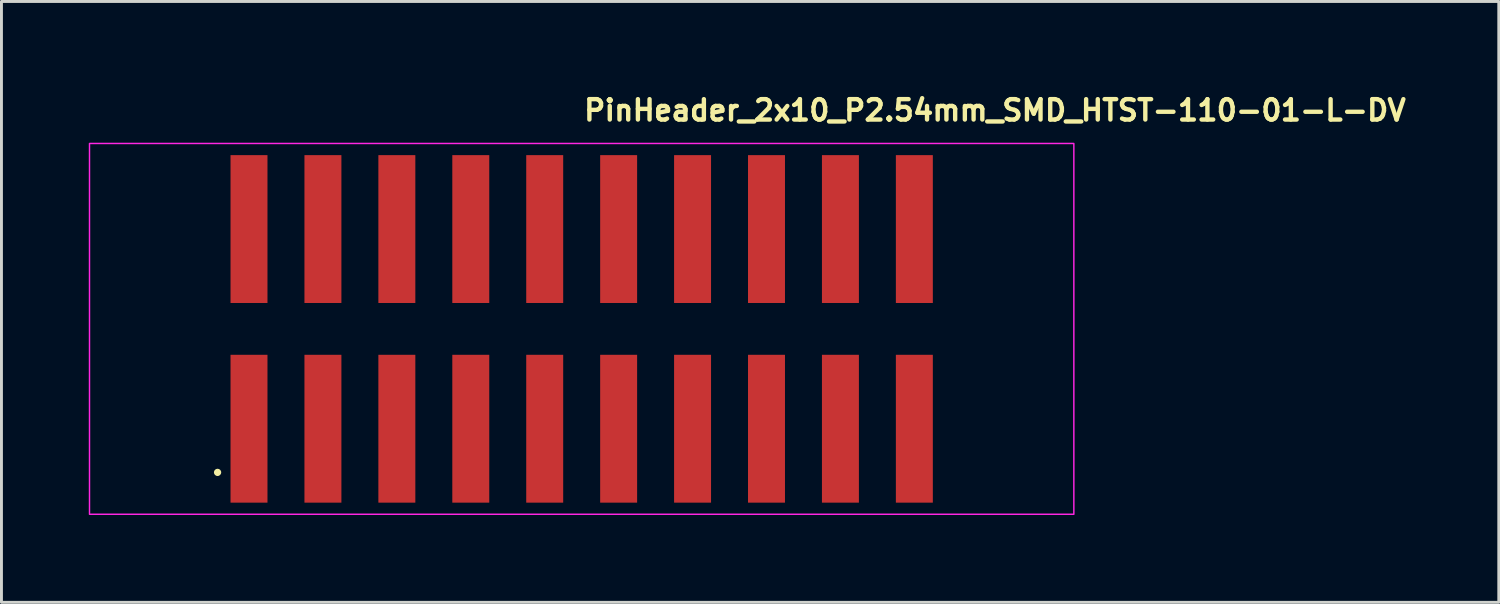
<source format=kicad_pcb>
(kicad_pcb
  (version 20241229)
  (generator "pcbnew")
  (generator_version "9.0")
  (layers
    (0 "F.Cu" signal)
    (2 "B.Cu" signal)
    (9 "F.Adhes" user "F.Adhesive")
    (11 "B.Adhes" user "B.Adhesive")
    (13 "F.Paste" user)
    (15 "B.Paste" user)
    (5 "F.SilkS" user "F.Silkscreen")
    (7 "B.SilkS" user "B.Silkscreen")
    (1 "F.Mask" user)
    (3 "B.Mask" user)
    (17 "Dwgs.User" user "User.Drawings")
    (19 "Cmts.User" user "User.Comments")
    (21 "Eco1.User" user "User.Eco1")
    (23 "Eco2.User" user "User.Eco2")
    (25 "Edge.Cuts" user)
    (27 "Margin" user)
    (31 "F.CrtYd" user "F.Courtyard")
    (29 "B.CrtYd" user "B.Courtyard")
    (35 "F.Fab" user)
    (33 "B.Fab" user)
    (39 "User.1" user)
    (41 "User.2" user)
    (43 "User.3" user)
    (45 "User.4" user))
  (footprint "PinHeader_2x10_P2.54mm_SMD_HTST-110-01-L-DV"
    (layer "F.Cu")
    (at 16.935 8.25)
    (property "Reference" "PinHeader_2x10_P2.54mm_SMD_HTST-110-01-L-DV" (at 0 -7.1 0) (unlocked yes) (layer "F.SilkS") (effects (font (size 0.7 0.7) (thickness 0.15)) (justify left bottom)))
    (attr smd)
    (fp_poly (pts (xy -12.116 -0.838) (xy -12.116 -6.02) (xy -10.744 -6.02) (xy -10.744 -0.838)) (stroke (width 0) (type solid)) (fill yes) (layer "F.Mask"))
    (fp_poly (pts (xy -12.116 6.02) (xy -12.116 0.838) (xy -10.744 0.838) (xy -10.744 6.02)) (stroke (width 0) (type solid)) (fill yes) (layer "F.Mask"))
    (fp_poly (pts (xy -9.576 -0.838) (xy -9.576 -6.02) (xy -8.204 -6.02) (xy -8.204 -0.838)) (stroke (width 0) (type solid)) (fill yes) (layer "F.Mask"))
    (fp_poly (pts (xy -9.576 6.02) (xy -9.576 0.838) (xy -8.204 0.838) (xy -8.204 6.02)) (stroke (width 0) (type solid)) (fill yes) (layer "F.Mask"))
    (fp_poly (pts (xy -7.036 -0.838) (xy -7.036 -6.02) (xy -5.664 -6.02) (xy -5.664 -0.838)) (stroke (width 0) (type solid)) (fill yes) (layer "F.Mask"))
    (fp_poly (pts (xy -7.036 6.02) (xy -7.036 0.838) (xy -5.664 0.838) (xy -5.664 6.02)) (stroke (width 0) (type solid)) (fill yes) (layer "F.Mask"))
    (fp_poly (pts (xy -4.496 -0.838) (xy -4.496 -6.02) (xy -3.124 -6.02) (xy -3.124 -0.838)) (stroke (width 0) (type solid)) (fill yes) (layer "F.Mask"))
    (fp_poly (pts (xy -4.496 6.02) (xy -4.496 0.838) (xy -3.124 0.838) (xy -3.124 6.02)) (stroke (width 0) (type solid)) (fill yes) (layer "F.Mask"))
    (fp_poly (pts (xy -1.956 -0.838) (xy -1.956 -6.02) (xy -0.584 -6.02) (xy -0.584 -0.838)) (stroke (width 0) (type solid)) (fill yes) (layer "F.Mask"))
    (fp_poly (pts (xy -1.956 6.02) (xy -1.956 0.838) (xy -0.584 0.838) (xy -0.584 6.02)) (stroke (width 0) (type solid)) (fill yes) (layer "F.Mask"))
    (fp_poly (pts (xy 0.584 -0.838) (xy 0.584 -6.02) (xy 1.956 -6.02) (xy 1.956 -0.838)) (stroke (width 0) (type solid)) (fill yes) (layer "F.Mask"))
    (fp_poly (pts (xy 0.584 6.02) (xy 0.584 0.838) (xy 1.956 0.838) (xy 1.956 6.02)) (stroke (width 0) (type solid)) (fill yes) (layer "F.Mask"))
    (fp_poly (pts (xy 3.124 -0.838) (xy 3.124 -6.02) (xy 4.496 -6.02) (xy 4.496 -0.838)) (stroke (width 0) (type solid)) (fill yes) (layer "F.Mask"))
    (fp_poly (pts (xy 3.124 6.02) (xy 3.124 0.838) (xy 4.496 0.838) (xy 4.496 6.02)) (stroke (width 0) (type solid)) (fill yes) (layer "F.Mask"))
    (fp_poly (pts (xy 5.664 -0.838) (xy 5.664 -6.02) (xy 7.036 -6.02) (xy 7.036 -0.838)) (stroke (width 0) (type solid)) (fill yes) (layer "F.Mask"))
    (fp_poly (pts (xy 5.664 6.02) (xy 5.664 0.838) (xy 7.036 0.838) (xy 7.036 6.02)) (stroke (width 0) (type solid)) (fill yes) (layer "F.Mask"))
    (fp_poly (pts (xy 8.204 -0.838) (xy 8.204 -6.02) (xy 9.576 -6.02) (xy 9.576 -0.838)) (stroke (width 0) (type solid)) (fill yes) (layer "F.Mask"))
    (fp_poly (pts (xy 8.204 6.02) (xy 8.204 0.838) (xy 9.576 0.838) (xy 9.576 6.02)) (stroke (width 0) (type solid)) (fill yes) (layer "F.Mask"))
    (fp_poly (pts (xy 10.744 -0.838) (xy 10.744 -6.02) (xy 12.116 -6.02) (xy 12.116 -0.838)) (stroke (width 0) (type solid)) (fill yes) (layer "F.Mask"))
    (fp_poly (pts (xy 10.744 6.02) (xy 10.744 0.838) (xy 12.116 0.838) (xy 12.116 6.02)) (stroke (width 0) (type solid)) (fill yes) (layer "F.Mask"))
    (fp_circle (center -12.51 4.93) (end -12.46 4.93) (stroke (width 0.15) (type solid)) (fill yes) (layer "F.SilkS"))
    (fp_poly (pts (xy -12.065 -0.889) (xy -12.065 -5.969) (xy -10.795 -5.969) (xy -10.795 -0.889)) (stroke (width 0) (type solid)) (fill yes) (layer "F.Paste"))
    (fp_poly (pts (xy -12.065 5.969) (xy -12.065 0.889) (xy -10.795 0.889) (xy -10.795 5.969)) (stroke (width 0) (type solid)) (fill yes) (layer "F.Paste"))
    (fp_poly (pts (xy -9.525 -0.889) (xy -9.525 -5.969) (xy -8.255 -5.969) (xy -8.255 -0.889)) (stroke (width 0) (type solid)) (fill yes) (layer "F.Paste"))
    (fp_poly (pts (xy -9.525 5.969) (xy -9.525 0.889) (xy -8.255 0.889) (xy -8.255 5.969)) (stroke (width 0) (type solid)) (fill yes) (layer "F.Paste"))
    (fp_poly (pts (xy -6.985 -0.889) (xy -6.985 -5.969) (xy -5.715 -5.969) (xy -5.715 -0.889)) (stroke (width 0) (type solid)) (fill yes) (layer "F.Paste"))
    (fp_poly (pts (xy -6.985 5.969) (xy -6.985 0.889) (xy -5.715 0.889) (xy -5.715 5.969)) (stroke (width 0) (type solid)) (fill yes) (layer "F.Paste"))
    (fp_poly (pts (xy -4.445 -0.889) (xy -4.445 -5.969) (xy -3.175 -5.969) (xy -3.175 -0.889)) (stroke (width 0) (type solid)) (fill yes) (layer "F.Paste"))
    (fp_poly (pts (xy -4.445 5.969) (xy -4.445 0.889) (xy -3.175 0.889) (xy -3.175 5.969)) (stroke (width 0) (type solid)) (fill yes) (layer "F.Paste"))
    (fp_poly (pts (xy -1.905 -0.889) (xy -1.905 -5.969) (xy -0.635 -5.969) (xy -0.635 -0.889)) (stroke (width 0) (type solid)) (fill yes) (layer "F.Paste"))
    (fp_poly (pts (xy -1.905 5.969) (xy -1.905 0.889) (xy -0.635 0.889) (xy -0.635 5.969)) (stroke (width 0) (type solid)) (fill yes) (layer "F.Paste"))
    (fp_poly (pts (xy 0.635 -0.889) (xy 0.635 -5.969) (xy 1.905 -5.969) (xy 1.905 -0.889)) (stroke (width 0) (type solid)) (fill yes) (layer "F.Paste"))
    (fp_poly (pts (xy 0.635 5.969) (xy 0.635 0.889) (xy 1.905 0.889) (xy 1.905 5.969)) (stroke (width 0) (type solid)) (fill yes) (layer "F.Paste"))
    (fp_poly (pts (xy 3.175 -0.889) (xy 3.175 -5.969) (xy 4.445 -5.969) (xy 4.445 -0.889)) (stroke (width 0) (type solid)) (fill yes) (layer "F.Paste"))
    (fp_poly (pts (xy 3.175 5.969) (xy 3.175 0.889) (xy 4.445 0.889) (xy 4.445 5.969)) (stroke (width 0) (type solid)) (fill yes) (layer "F.Paste"))
    (fp_poly (pts (xy 5.715 -0.889) (xy 5.715 -5.969) (xy 6.985 -5.969) (xy 6.985 -0.889)) (stroke (width 0) (type solid)) (fill yes) (layer "F.Paste"))
    (fp_poly (pts (xy 5.715 5.969) (xy 5.715 0.889) (xy 6.985 0.889) (xy 6.985 5.969)) (stroke (width 0) (type solid)) (fill yes) (layer "F.Paste"))
    (fp_poly (pts (xy 8.255 -0.889) (xy 8.255 -5.969) (xy 9.525 -5.969) (xy 9.525 -0.889)) (stroke (width 0) (type solid)) (fill yes) (layer "F.Paste"))
    (fp_poly (pts (xy 8.255 5.969) (xy 8.255 0.889) (xy 9.525 0.889) (xy 9.525 5.969)) (stroke (width 0) (type solid)) (fill yes) (layer "F.Paste"))
    (fp_poly (pts (xy 10.795 -0.889) (xy 10.795 -5.969) (xy 12.065 -5.969) (xy 12.065 -0.889)) (stroke (width 0) (type solid)) (fill yes) (layer "F.Paste"))
    (fp_poly (pts (xy 10.795 5.969) (xy 10.795 0.889) (xy 12.065 0.889) (xy 12.065 5.969)) (stroke (width 0) (type solid)) (fill yes) (layer "F.Paste"))
    (fp_rect (start -16.91 -6.37) (end 16.91 6.37) (stroke (width 0.05) (type solid)) (fill no) (layer "F.CrtYd"))
    (fp_rect (start -16.51 -5.588) (end 16.51 5.588) (stroke (width 0.1) (type solid)) (fill no) (layer "User.5"))
    (fp_line (start -16.51 -4.826) (end -16.51 4.445) (stroke (width 0.02) (type solid)) (layer "User.9"))
    (fp_line (start -15.685 -3.62) (end -15.685 3.62) (stroke (width 0.02) (type solid)) (layer "User.9"))
    (fp_line (start -15.685 -3.62) (end -15.24 -3.175) (stroke (width 0.02) (type solid)) (layer "User.9"))
    (fp_line (start -15.685 3.62) (end -15.24 3.175) (stroke (width 0.02) (type solid)) (layer "User.9"))
    (fp_line (start -15.685 3.62) (end -2.54 3.62) (stroke (width 0.02) (type solid)) (layer "User.9"))
    (fp_line (start -15.24 -4.826) (end -16.51 -4.826) (stroke (width 0.02) (type solid)) (layer "User.9"))
    (fp_line (start -15.24 -4.445) (end -15.24 -4.826) (stroke (width 0.02) (type solid)) (layer "User.9"))
    (fp_line (start -15.24 -3.175) (end -15.24 3.175) (stroke (width 0.02) (type solid)) (layer "User.9"))
    (fp_line (start -15.24 3.175) (end -2.54 3.175) (stroke (width 0.02) (type solid)) (layer "User.9"))
    (fp_line (start -12.065 4.191) (end -12.065 4.445) (stroke (width 0.02) (type solid)) (layer "User.9"))
    (fp_line (start -12.065 4.191) (end -12.065 4.445) (stroke (width 0.02) (type solid)) (layer "User.9"))
    (fp_line (start -12.065 4.445) (end -16.51 4.445) (stroke (width 0.02) (type solid)) (layer "User.9"))
    (fp_line (start -12.04 4.445) (end -12.065 4.445) (stroke (width 0.02) (type solid)) (layer "User.9"))
    (fp_line (start -12.04 4.445) (end -12.04 4.216) (stroke (width 0.02) (type solid)) (layer "User.9"))
    (fp_line (start -11.748 -5.588) (end -11.748 -5.429) (stroke (width 0.02) (type solid)) (layer "User.9"))
    (fp_line (start -11.748 -5.429) (end -11.748 -4.445) (stroke (width 0.02) (type solid)) (layer "User.9"))
    (fp_line (start -11.748 -1.587) (end -11.748 -1.429) (stroke (width 0.02) (type solid)) (layer "User.9"))
    (fp_line (start -11.748 -1.429) (end -11.748 -1.111) (stroke (width 0.02) (type solid)) (layer "User.9"))
    (fp_line (start -11.748 -1.111) (end -11.748 -0.952) (stroke (width 0.02) (type solid)) (layer "User.9"))
    (fp_line (start -11.748 0.952) (end -11.748 1.111) (stroke (width 0.02) (type solid)) (layer "User.9"))
    (fp_line (start -11.748 1.111) (end -11.748 1.429) (stroke (width 0.02) (type solid)) (layer "User.9"))
    (fp_line (start -11.748 1.429) (end -11.748 1.587) (stroke (width 0.02) (type solid)) (layer "User.9"))
    (fp_line (start -11.748 4.445) (end -11.748 5.429) (stroke (width 0.02) (type solid)) (layer "User.9"))
    (fp_line (start -11.748 5.429) (end -11.748 5.588) (stroke (width 0.02) (type solid)) (layer "User.9"))
    (fp_line (start -11.43 4.445) (end -12.04 4.445) (stroke (width 0.02) (type solid)) (layer "User.9"))
    (fp_line (start -11.43 4.445) (end -11.43 4.216) (stroke (width 0.02) (type solid)) (layer "User.9"))
    (fp_line (start -11.112 -5.588) (end -11.748 -5.588) (stroke (width 0.02) (type solid)) (layer "User.9"))
    (fp_line (start -11.112 -5.588) (end -11.112 -5.429) (stroke (width 0.02) (type solid)) (layer "User.9"))
    (fp_line (start -11.112 -5.429) (end -11.748 -5.429) (stroke (width 0.02) (type solid)) (layer "User.9"))
    (fp_line (start -11.112 -5.429) (end -11.112 -4.445) (stroke (width 0.02) (type solid)) (layer "User.9"))
    (fp_line (start -11.112 -1.587) (end -11.748 -1.587) (stroke (width 0.02) (type solid)) (layer "User.9"))
    (fp_line (start -11.112 -1.587) (end -11.112 -1.429) (stroke (width 0.02) (type solid)) (layer "User.9"))
    (fp_line (start -11.112 -1.429) (end -11.748 -1.429) (stroke (width 0.02) (type solid)) (layer "User.9"))
    (fp_line (start -11.112 -1.429) (end -11.112 -1.111) (stroke (width 0.02) (type solid)) (layer "User.9"))
    (fp_line (start -11.112 -1.111) (end -11.748 -1.111) (stroke (width 0.02) (type solid)) (layer "User.9"))
    (fp_line (start -11.112 -1.111) (end -11.112 -0.952) (stroke (width 0.02) (type solid)) (layer "User.9"))
    (fp_line (start -11.112 -0.952) (end -11.748 -0.952) (stroke (width 0.02) (type solid)) (layer "User.9"))
    (fp_line (start -11.112 0.952) (end -11.748 0.952) (stroke (width 0.02) (type solid)) (layer "User.9"))
    (fp_line (start -11.112 0.952) (end -11.112 1.111) (stroke (width 0.02) (type solid)) (layer "User.9"))
    (fp_line (start -11.112 1.111) (end -11.748 1.111) (stroke (width 0.02) (type solid)) (layer "User.9"))
    (fp_line (start -11.112 1.111) (end -11.112 1.429) (stroke (width 0.02) (type solid)) (layer "User.9"))
    (fp_line (start -11.112 1.429) (end -11.748 1.429) (stroke (width 0.02) (type solid)) (layer "User.9"))
    (fp_line (start -11.112 1.429) (end -11.112 1.587) (stroke (width 0.02) (type solid)) (layer "User.9"))
    (fp_line (start -11.112 1.587) (end -11.748 1.587) (stroke (width 0.02) (type solid)) (layer "User.9"))
    (fp_line (start -11.112 4.445) (end -11.112 5.429) (stroke (width 0.02) (type solid)) (layer "User.9"))
    (fp_line (start -11.112 5.429) (end -11.748 5.429) (stroke (width 0.02) (type solid)) (layer "User.9"))
    (fp_line (start -11.112 5.429) (end -11.112 5.588) (stroke (width 0.02) (type solid)) (layer "User.9"))
    (fp_line (start -11.112 5.588) (end -11.748 5.588) (stroke (width 0.02) (type solid)) (layer "User.9"))
    (fp_line (start -10.82 4.216) (end -12.04 4.216) (stroke (width 0.02) (type solid)) (layer "User.9"))
    (fp_line (start -10.82 4.445) (end -11.43 4.445) (stroke (width 0.02) (type solid)) (layer "User.9"))
    (fp_line (start -10.82 4.445) (end -10.82 4.216) (stroke (width 0.02) (type solid)) (layer "User.9"))
    (fp_line (start -10.795 4.191) (end -12.065 4.191) (stroke (width 0.02) (type solid)) (layer "User.9"))
    (fp_line (start -10.795 4.191) (end -12.065 4.191) (stroke (width 0.02) (type solid)) (layer "User.9"))
    (fp_line (start -10.795 4.191) (end -10.795 4.445) (stroke (width 0.02) (type solid)) (layer "User.9"))
    (fp_line (start -10.795 4.191) (end -10.795 4.445) (stroke (width 0.02) (type solid)) (layer "User.9"))
    (fp_line (start -10.795 4.445) (end -10.82 4.445) (stroke (width 0.02) (type solid)) (layer "User.9"))
    (fp_line (start -9.208 -5.429) (end -9.208 -5.588) (stroke (width 0.02) (type solid)) (layer "User.9"))
    (fp_line (start -9.208 -4.445) (end -9.208 -5.429) (stroke (width 0.02) (type solid)) (layer "User.9"))
    (fp_line (start -9.208 -1.429) (end -9.208 -1.587) (stroke (width 0.02) (type solid)) (layer "User.9"))
    (fp_line (start -9.208 -1.111) (end -9.208 -1.429) (stroke (width 0.02) (type solid)) (layer "User.9"))
    (fp_line (start -9.208 -0.952) (end -9.208 -1.111) (stroke (width 0.02) (type solid)) (layer "User.9"))
    (fp_line (start -9.208 1.111) (end -9.208 0.952) (stroke (width 0.02) (type solid)) (layer "User.9"))
    (fp_line (start -9.208 1.429) (end -9.208 1.111) (stroke (width 0.02) (type solid)) (layer "User.9"))
    (fp_line (start -9.208 1.587) (end -9.208 1.429) (stroke (width 0.02) (type solid)) (layer "User.9"))
    (fp_line (start -9.208 5.429) (end -9.208 4.445) (stroke (width 0.02) (type solid)) (layer "User.9"))
    (fp_line (start -9.208 5.588) (end -9.208 5.429) (stroke (width 0.02) (type solid)) (layer "User.9"))
    (fp_line (start -8.572 -5.588) (end -9.208 -5.588) (stroke (width 0.02) (type solid)) (layer "User.9"))
    (fp_line (start -8.572 -5.588) (end -8.572 -5.429) (stroke (width 0.02) (type solid)) (layer "User.9"))
    (fp_line (start -8.572 -5.429) (end -9.208 -5.429) (stroke (width 0.02) (type solid)) (layer "User.9"))
    (fp_line (start -8.572 -5.429) (end -8.572 -4.445) (stroke (width 0.02) (type solid)) (layer "User.9"))
    (fp_line (start -8.572 -1.587) (end -9.208 -1.587) (stroke (width 0.02) (type solid)) (layer "User.9"))
    (fp_line (start -8.572 -1.587) (end -8.572 -1.429) (stroke (width 0.02) (type solid)) (layer "User.9"))
    (fp_line (start -8.572 -1.429) (end -9.208 -1.429) (stroke (width 0.02) (type solid)) (layer "User.9"))
    (fp_line (start -8.572 -1.429) (end -8.572 -1.111) (stroke (width 0.02) (type solid)) (layer "User.9"))
    (fp_line (start -8.572 -1.111) (end -9.208 -1.111) (stroke (width 0.02) (type solid)) (layer "User.9"))
    (fp_line (start -8.572 -1.111) (end -8.572 -0.952) (stroke (width 0.02) (type solid)) (layer "User.9"))
    (fp_line (start -8.572 -0.952) (end -9.208 -0.952) (stroke (width 0.02) (type solid)) (layer "User.9"))
    (fp_line (start -8.572 0.952) (end -9.208 0.952) (stroke (width 0.02) (type solid)) (layer "User.9"))
    (fp_line (start -8.572 0.952) (end -8.572 1.111) (stroke (width 0.02) (type solid)) (layer "User.9"))
    (fp_line (start -8.572 1.111) (end -9.208 1.111) (stroke (width 0.02) (type solid)) (layer "User.9"))
    (fp_line (start -8.572 1.111) (end -8.572 1.429) (stroke (width 0.02) (type solid)) (layer "User.9"))
    (fp_line (start -8.572 1.429) (end -9.208 1.429) (stroke (width 0.02) (type solid)) (layer "User.9"))
    (fp_line (start -8.572 1.429) (end -8.572 1.587) (stroke (width 0.02) (type solid)) (layer "User.9"))
    (fp_line (start -8.572 1.587) (end -9.208 1.587) (stroke (width 0.02) (type solid)) (layer "User.9"))
    (fp_line (start -8.572 4.445) (end -8.572 5.429) (stroke (width 0.02) (type solid)) (layer "User.9"))
    (fp_line (start -8.572 5.429) (end -9.208 5.429) (stroke (width 0.02) (type solid)) (layer "User.9"))
    (fp_line (start -8.572 5.429) (end -8.572 5.588) (stroke (width 0.02) (type solid)) (layer "User.9"))
    (fp_line (start -8.572 5.588) (end -9.208 5.588) (stroke (width 0.02) (type solid)) (layer "User.9"))
    (fp_line (start -6.668 -5.429) (end -6.668 -5.588) (stroke (width 0.02) (type solid)) (layer "User.9"))
    (fp_line (start -6.668 -4.445) (end -6.668 -5.429) (stroke (width 0.02) (type solid)) (layer "User.9"))
    (fp_line (start -6.668 -1.429) (end -6.668 -1.587) (stroke (width 0.02) (type solid)) (layer "User.9"))
    (fp_line (start -6.668 -1.111) (end -6.668 -1.429) (stroke (width 0.02) (type solid)) (layer "User.9"))
    (fp_line (start -6.668 -0.952) (end -6.668 -1.111) (stroke (width 0.02) (type solid)) (layer "User.9"))
    (fp_line (start -6.668 1.111) (end -6.668 0.952) (stroke (width 0.02) (type solid)) (layer "User.9"))
    (fp_line (start -6.668 1.429) (end -6.668 1.111) (stroke (width 0.02) (type solid)) (layer "User.9"))
    (fp_line (start -6.668 1.587) (end -6.668 1.429) (stroke (width 0.02) (type solid)) (layer "User.9"))
    (fp_line (start -6.668 5.429) (end -6.668 4.445) (stroke (width 0.02) (type solid)) (layer "User.9"))
    (fp_line (start -6.668 5.588) (end -6.668 5.429) (stroke (width 0.02) (type solid)) (layer "User.9"))
    (fp_line (start -6.032 -5.588) (end -6.668 -5.588) (stroke (width 0.02) (type solid)) (layer "User.9"))
    (fp_line (start -6.032 -5.588) (end -6.032 -5.429) (stroke (width 0.02) (type solid)) (layer "User.9"))
    (fp_line (start -6.032 -5.429) (end -6.668 -5.429) (stroke (width 0.02) (type solid)) (layer "User.9"))
    (fp_line (start -6.032 -5.429) (end -6.032 -4.445) (stroke (width 0.02) (type solid)) (layer "User.9"))
    (fp_line (start -6.032 -1.587) (end -6.668 -1.587) (stroke (width 0.02) (type solid)) (layer "User.9"))
    (fp_line (start -6.032 -1.587) (end -6.032 -1.429) (stroke (width 0.02) (type solid)) (layer "User.9"))
    (fp_line (start -6.032 -1.429) (end -6.668 -1.429) (stroke (width 0.02) (type solid)) (layer "User.9"))
    (fp_line (start -6.032 -1.429) (end -6.032 -1.111) (stroke (width 0.02) (type solid)) (layer "User.9"))
    (fp_line (start -6.032 -1.111) (end -6.668 -1.111) (stroke (width 0.02) (type solid)) (layer "User.9"))
    (fp_line (start -6.032 -1.111) (end -6.032 -0.952) (stroke (width 0.02) (type solid)) (layer "User.9"))
    (fp_line (start -6.032 -0.952) (end -6.668 -0.952) (stroke (width 0.02) (type solid)) (layer "User.9"))
    (fp_line (start -6.032 0.952) (end -6.668 0.952) (stroke (width 0.02) (type solid)) (layer "User.9"))
    (fp_line (start -6.032 0.952) (end -6.032 1.111) (stroke (width 0.02) (type solid)) (layer "User.9"))
    (fp_line (start -6.032 1.111) (end -6.668 1.111) (stroke (width 0.02) (type solid)) (layer "User.9"))
    (fp_line (start -6.032 1.111) (end -6.032 1.429) (stroke (width 0.02) (type solid)) (layer "User.9"))
    (fp_line (start -6.032 1.429) (end -6.668 1.429) (stroke (width 0.02) (type solid)) (layer "User.9"))
    (fp_line (start -6.032 1.429) (end -6.032 1.587) (stroke (width 0.02) (type solid)) (layer "User.9"))
    (fp_line (start -6.032 1.587) (end -6.668 1.587) (stroke (width 0.02) (type solid)) (layer "User.9"))
    (fp_line (start -6.032 4.445) (end -6.032 5.429) (stroke (width 0.02) (type solid)) (layer "User.9"))
    (fp_line (start -6.032 5.429) (end -6.668 5.429) (stroke (width 0.02) (type solid)) (layer "User.9"))
    (fp_line (start -6.032 5.429) (end -6.032 5.588) (stroke (width 0.02) (type solid)) (layer "User.9"))
    (fp_line (start -6.032 5.588) (end -6.668 5.588) (stroke (width 0.02) (type solid)) (layer "User.9"))
    (fp_line (start -4.128 -5.429) (end -4.128 -5.588) (stroke (width 0.02) (type solid)) (layer "User.9"))
    (fp_line (start -4.128 -4.445) (end -4.128 -5.429) (stroke (width 0.02) (type solid)) (layer "User.9"))
    (fp_line (start -4.128 -1.429) (end -4.128 -1.587) (stroke (width 0.02) (type solid)) (layer "User.9"))
    (fp_line (start -4.128 -1.111) (end -4.128 -1.429) (stroke (width 0.02) (type solid)) (layer "User.9"))
    (fp_line (start -4.128 -0.952) (end -4.128 -1.111) (stroke (width 0.02) (type solid)) (layer "User.9"))
    (fp_line (start -4.128 1.111) (end -4.128 0.952) (stroke (width 0.02) (type solid)) (layer "User.9"))
    (fp_line (start -4.128 1.429) (end -4.128 1.111) (stroke (width 0.02) (type solid)) (layer "User.9"))
    (fp_line (start -4.128 1.587) (end -4.128 1.429) (stroke (width 0.02) (type solid)) (layer "User.9"))
    (fp_line (start -4.128 5.429) (end -4.128 4.445) (stroke (width 0.02) (type solid)) (layer "User.9"))
    (fp_line (start -4.128 5.588) (end -4.128 5.429) (stroke (width 0.02) (type solid)) (layer "User.9"))
    (fp_line (start -3.492 -5.588) (end -4.128 -5.588) (stroke (width 0.02) (type solid)) (layer "User.9"))
    (fp_line (start -3.492 -5.588) (end -3.492 -5.429) (stroke (width 0.02) (type solid)) (layer "User.9"))
    (fp_line (start -3.492 -5.429) (end -4.128 -5.429) (stroke (width 0.02) (type solid)) (layer "User.9"))
    (fp_line (start -3.492 -5.429) (end -3.492 -4.445) (stroke (width 0.02) (type solid)) (layer "User.9"))
    (fp_line (start -3.492 -1.587) (end -4.128 -1.587) (stroke (width 0.02) (type solid)) (layer "User.9"))
    (fp_line (start -3.492 -1.587) (end -3.492 -1.429) (stroke (width 0.02) (type solid)) (layer "User.9"))
    (fp_line (start -3.492 -1.429) (end -4.128 -1.429) (stroke (width 0.02) (type solid)) (layer "User.9"))
    (fp_line (start -3.492 -1.429) (end -3.492 -1.111) (stroke (width 0.02) (type solid)) (layer "User.9"))
    (fp_line (start -3.492 -1.111) (end -4.128 -1.111) (stroke (width 0.02) (type solid)) (layer "User.9"))
    (fp_line (start -3.492 -1.111) (end -3.492 -0.952) (stroke (width 0.02) (type solid)) (layer "User.9"))
    (fp_line (start -3.492 -0.952) (end -4.128 -0.952) (stroke (width 0.02) (type solid)) (layer "User.9"))
    (fp_line (start -3.492 0.952) (end -4.128 0.952) (stroke (width 0.02) (type solid)) (layer "User.9"))
    (fp_line (start -3.492 0.952) (end -3.492 1.111) (stroke (width 0.02) (type solid)) (layer "User.9"))
    (fp_line (start -3.492 1.111) (end -4.128 1.111) (stroke (width 0.02) (type solid)) (layer "User.9"))
    (fp_line (start -3.492 1.111) (end -3.492 1.429) (stroke (width 0.02) (type solid)) (layer "User.9"))
    (fp_line (start -3.492 1.429) (end -4.128 1.429) (stroke (width 0.02) (type solid)) (layer "User.9"))
    (fp_line (start -3.492 1.429) (end -3.492 1.587) (stroke (width 0.02) (type solid)) (layer "User.9"))
    (fp_line (start -3.492 1.587) (end -4.128 1.587) (stroke (width 0.02) (type solid)) (layer "User.9"))
    (fp_line (start -3.492 4.445) (end -3.492 5.429) (stroke (width 0.02) (type solid)) (layer "User.9"))
    (fp_line (start -3.492 5.429) (end -4.128 5.429) (stroke (width 0.02) (type solid)) (layer "User.9"))
    (fp_line (start -3.492 5.429) (end -3.492 5.588) (stroke (width 0.02) (type solid)) (layer "User.9"))
    (fp_line (start -3.492 5.588) (end -4.128 5.588) (stroke (width 0.02) (type solid)) (layer "User.9"))
    (fp_line (start -2.54 3.175) (end -2.54 3.62) (stroke (width 0.02) (type solid)) (layer "User.9"))
    (fp_line (start -2.54 3.175) (end 2.54 3.175) (stroke (width 0.02) (type solid)) (layer "User.9"))
    (fp_line (start -2.54 4.445) (end -10.795 4.445) (stroke (width 0.02) (type solid)) (layer "User.9"))
    (fp_line (start -2.54 4.445) (end -2.54 3.62) (stroke (width 0.02) (type solid)) (layer "User.9"))
    (fp_line (start -2.54 4.445) (end 2.54 4.445) (stroke (width 0.02) (type solid)) (layer "User.9"))
    (fp_line (start -1.587 -5.429) (end -1.587 -5.588) (stroke (width 0.02) (type solid)) (layer "User.9"))
    (fp_line (start -1.587 -4.445) (end -1.587 -5.429) (stroke (width 0.02) (type solid)) (layer "User.9"))
    (fp_line (start -1.587 -1.429) (end -1.587 -1.587) (stroke (width 0.02) (type solid)) (layer "User.9"))
    (fp_line (start -1.587 -1.111) (end -1.587 -1.429) (stroke (width 0.02) (type solid)) (layer "User.9"))
    (fp_line (start -1.587 -0.952) (end -1.587 -1.111) (stroke (width 0.02) (type solid)) (layer "User.9"))
    (fp_line (start -1.587 1.111) (end -1.587 0.952) (stroke (width 0.02) (type solid)) (layer "User.9"))
    (fp_line (start -1.587 1.429) (end -1.587 1.111) (stroke (width 0.02) (type solid)) (layer "User.9"))
    (fp_line (start -1.587 1.587) (end -1.587 1.429) (stroke (width 0.02) (type solid)) (layer "User.9"))
    (fp_line (start -1.587 5.429) (end -1.587 4.445) (stroke (width 0.02) (type solid)) (layer "User.9"))
    (fp_line (start -1.587 5.588) (end -1.587 5.429) (stroke (width 0.02) (type solid)) (layer "User.9"))
    (fp_line (start -1.27 -4.826) (end -1.27 -4.445) (stroke (width 0.02) (type solid)) (layer "User.9"))
    (fp_line (start -1.27 -4.445) (end -15.24 -4.445) (stroke (width 0.02) (type solid)) (layer "User.9"))
    (fp_line (start -0.952 -5.588) (end -1.587 -5.588) (stroke (width 0.02) (type solid)) (layer "User.9"))
    (fp_line (start -0.952 -5.588) (end -0.952 -5.429) (stroke (width 0.02) (type solid)) (layer "User.9"))
    (fp_line (start -0.952 -5.429) (end -1.587 -5.429) (stroke (width 0.02) (type solid)) (layer "User.9"))
    (fp_line (start -0.952 -5.429) (end -0.952 -4.826) (stroke (width 0.02) (type solid)) (layer "User.9"))
    (fp_line (start -0.952 -1.587) (end -1.587 -1.587) (stroke (width 0.02) (type solid)) (layer "User.9"))
    (fp_line (start -0.952 -1.587) (end -0.952 -1.429) (stroke (width 0.02) (type solid)) (layer "User.9"))
    (fp_line (start -0.952 -1.429) (end -1.587 -1.429) (stroke (width 0.02) (type solid)) (layer "User.9"))
    (fp_line (start -0.952 -1.429) (end -0.952 -1.111) (stroke (width 0.02) (type solid)) (layer "User.9"))
    (fp_line (start -0.952 -1.111) (end -1.587 -1.111) (stroke (width 0.02) (type solid)) (layer "User.9"))
    (fp_line (start -0.952 -1.111) (end -0.952 -0.952) (stroke (width 0.02) (type solid)) (layer "User.9"))
    (fp_line (start -0.952 -0.952) (end -1.587 -0.952) (stroke (width 0.02) (type solid)) (layer "User.9"))
    (fp_line (start -0.952 0.952) (end -1.587 0.952) (stroke (width 0.02) (type solid)) (layer "User.9"))
    (fp_line (start -0.952 0.952) (end -0.952 1.111) (stroke (width 0.02) (type solid)) (layer "User.9"))
    (fp_line (start -0.952 1.111) (end -1.587 1.111) (stroke (width 0.02) (type solid)) (layer "User.9"))
    (fp_line (start -0.952 1.111) (end -0.952 1.429) (stroke (width 0.02) (type solid)) (layer "User.9"))
    (fp_line (start -0.952 1.429) (end -1.587 1.429) (stroke (width 0.02) (type solid)) (layer "User.9"))
    (fp_line (start -0.952 1.429) (end -0.952 1.587) (stroke (width 0.02) (type solid)) (layer "User.9"))
    (fp_line (start -0.952 1.587) (end -1.587 1.587) (stroke (width 0.02) (type solid)) (layer "User.9"))
    (fp_line (start -0.952 4.445) (end -0.952 5.429) (stroke (width 0.02) (type solid)) (layer "User.9"))
    (fp_line (start -0.952 5.429) (end -1.587 5.429) (stroke (width 0.02) (type solid)) (layer "User.9"))
    (fp_line (start -0.952 5.429) (end -0.952 5.588) (stroke (width 0.02) (type solid)) (layer "User.9"))
    (fp_line (start -0.952 5.588) (end -1.587 5.588) (stroke (width 0.02) (type solid)) (layer "User.9"))
    (fp_line (start 0.952 -5.429) (end 0.952 -5.588) (stroke (width 0.02) (type solid)) (layer "User.9"))
    (fp_line (start 0.952 -4.826) (end 0.952 -5.429) (stroke (width 0.02) (type solid)) (layer "User.9"))
    (fp_line (start 0.952 -1.429) (end 0.952 -1.587) (stroke (width 0.02) (type solid)) (layer "User.9"))
    (fp_line (start 0.952 -1.111) (end 0.952 -1.429) (stroke (width 0.02) (type solid)) (layer "User.9"))
    (fp_line (start 0.952 -0.952) (end 0.952 -1.111) (stroke (width 0.02) (type solid)) (layer "User.9"))
    (fp_line (start 0.952 1.111) (end 0.952 0.952) (stroke (width 0.02) (type solid)) (layer "User.9"))
    (fp_line (start 0.952 1.429) (end 0.952 1.111) (stroke (width 0.02) (type solid)) (layer "User.9"))
    (fp_line (start 0.952 1.587) (end 0.952 1.429) (stroke (width 0.02) (type solid)) (layer "User.9"))
    (fp_line (start 0.952 5.429) (end 0.952 4.445) (stroke (width 0.02) (type solid)) (layer "User.9"))
    (fp_line (start 0.952 5.588) (end 0.952 5.429) (stroke (width 0.02) (type solid)) (layer "User.9"))
    (fp_line (start 1.27 -4.826) (end -1.27 -4.826) (stroke (width 0.02) (type solid)) (layer "User.9"))
    (fp_line (start 1.27 -4.445) (end 1.27 -4.826) (stroke (width 0.02) (type solid)) (layer "User.9"))
    (fp_line (start 1.587 -5.588) (end 0.952 -5.588) (stroke (width 0.02) (type solid)) (layer "User.9"))
    (fp_line (start 1.587 -5.588) (end 1.587 -5.429) (stroke (width 0.02) (type solid)) (layer "User.9"))
    (fp_line (start 1.587 -5.429) (end 0.952 -5.429) (stroke (width 0.02) (type solid)) (layer "User.9"))
    (fp_line (start 1.587 -5.429) (end 1.587 -4.445) (stroke (width 0.02) (type solid)) (layer "User.9"))
    (fp_line (start 1.587 -1.587) (end 0.952 -1.587) (stroke (width 0.02) (type solid)) (layer "User.9"))
    (fp_line (start 1.587 -1.587) (end 1.587 -1.429) (stroke (width 0.02) (type solid)) (layer "User.9"))
    (fp_line (start 1.587 -1.429) (end 0.952 -1.429) (stroke (width 0.02) (type solid)) (layer "User.9"))
    (fp_line (start 1.587 -1.429) (end 1.587 -1.111) (stroke (width 0.02) (type solid)) (layer "User.9"))
    (fp_line (start 1.587 -1.111) (end 0.952 -1.111) (stroke (width 0.02) (type solid)) (layer "User.9"))
    (fp_line (start 1.587 -1.111) (end 1.587 -0.952) (stroke (width 0.02) (type solid)) (layer "User.9"))
    (fp_line (start 1.587 -0.952) (end 0.952 -0.952) (stroke (width 0.02) (type solid)) (layer "User.9"))
    (fp_line (start 1.587 0.952) (end 0.952 0.952) (stroke (width 0.02) (type solid)) (layer "User.9"))
    (fp_line (start 1.587 0.952) (end 1.587 1.111) (stroke (width 0.02) (type solid)) (layer "User.9"))
    (fp_line (start 1.587 1.111) (end 0.952 1.111) (stroke (width 0.02) (type solid)) (layer "User.9"))
    (fp_line (start 1.587 1.111) (end 1.587 1.429) (stroke (width 0.02) (type solid)) (layer "User.9"))
    (fp_line (start 1.587 1.429) (end 0.952 1.429) (stroke (width 0.02) (type solid)) (layer "User.9"))
    (fp_line (start 1.587 1.429) (end 1.587 1.587) (stroke (width 0.02) (type solid)) (layer "User.9"))
    (fp_line (start 1.587 1.587) (end 0.952 1.587) (stroke (width 0.02) (type solid)) (layer "User.9"))
    (fp_line (start 1.587 4.445) (end 1.587 5.429) (stroke (width 0.02) (type solid)) (layer "User.9"))
    (fp_line (start 1.587 5.429) (end 0.952 5.429) (stroke (width 0.02) (type solid)) (layer "User.9"))
    (fp_line (start 1.587 5.429) (end 1.587 5.588) (stroke (width 0.02) (type solid)) (layer "User.9"))
    (fp_line (start 1.587 5.588) (end 0.952 5.588) (stroke (width 0.02) (type solid)) (layer "User.9"))
    (fp_line (start 2.54 3.175) (end 15.24 3.175) (stroke (width 0.02) (type solid)) (layer "User.9"))
    (fp_line (start 2.54 3.62) (end 2.54 3.175) (stroke (width 0.02) (type solid)) (layer "User.9"))
    (fp_line (start 2.54 3.62) (end 2.54 4.445) (stroke (width 0.02) (type solid)) (layer "User.9"))
    (fp_line (start 2.54 3.62) (end 15.685 3.62) (stroke (width 0.02) (type solid)) (layer "User.9"))
    (fp_line (start 3.492 -5.429) (end 3.492 -5.588) (stroke (width 0.02) (type solid)) (layer "User.9"))
    (fp_line (start 3.492 -4.445) (end 3.492 -5.429) (stroke (width 0.02) (type solid)) (layer "User.9"))
    (fp_line (start 3.492 -1.429) (end 3.492 -1.587) (stroke (width 0.02) (type solid)) (layer "User.9"))
    (fp_line (start 3.492 -1.111) (end 3.492 -1.429) (stroke (width 0.02) (type solid)) (layer "User.9"))
    (fp_line (start 3.492 -0.952) (end 3.492 -1.111) (stroke (width 0.02) (type solid)) (layer "User.9"))
    (fp_line (start 3.492 1.111) (end 3.492 0.952) (stroke (width 0.02) (type solid)) (layer "User.9"))
    (fp_line (start 3.492 1.429) (end 3.492 1.111) (stroke (width 0.02) (type solid)) (layer "User.9"))
    (fp_line (start 3.492 1.587) (end 3.492 1.429) (stroke (width 0.02) (type solid)) (layer "User.9"))
    (fp_line (start 3.492 5.429) (end 3.492 4.445) (stroke (width 0.02) (type solid)) (layer "User.9"))
    (fp_line (start 3.492 5.588) (end 3.492 5.429) (stroke (width 0.02) (type solid)) (layer "User.9"))
    (fp_line (start 4.128 -5.588) (end 3.492 -5.588) (stroke (width 0.02) (type solid)) (layer "User.9"))
    (fp_line (start 4.128 -5.588) (end 4.128 -5.429) (stroke (width 0.02) (type solid)) (layer "User.9"))
    (fp_line (start 4.128 -5.429) (end 3.492 -5.429) (stroke (width 0.02) (type solid)) (layer "User.9"))
    (fp_line (start 4.128 -5.429) (end 4.128 -4.445) (stroke (width 0.02) (type solid)) (layer "User.9"))
    (fp_line (start 4.128 -1.587) (end 3.492 -1.587) (stroke (width 0.02) (type solid)) (layer "User.9"))
    (fp_line (start 4.128 -1.587) (end 4.128 -1.429) (stroke (width 0.02) (type solid)) (layer "User.9"))
    (fp_line (start 4.128 -1.429) (end 3.492 -1.429) (stroke (width 0.02) (type solid)) (layer "User.9"))
    (fp_line (start 4.128 -1.429) (end 4.128 -1.111) (stroke (width 0.02) (type solid)) (layer "User.9"))
    (fp_line (start 4.128 -1.111) (end 3.492 -1.111) (stroke (width 0.02) (type solid)) (layer "User.9"))
    (fp_line (start 4.128 -1.111) (end 4.128 -0.952) (stroke (width 0.02) (type solid)) (layer "User.9"))
    (fp_line (start 4.128 -0.952) (end 3.492 -0.952) (stroke (width 0.02) (type solid)) (layer "User.9"))
    (fp_line (start 4.128 0.952) (end 3.492 0.952) (stroke (width 0.02) (type solid)) (layer "User.9"))
    (fp_line (start 4.128 0.952) (end 4.128 1.111) (stroke (width 0.02) (type solid)) (layer "User.9"))
    (fp_line (start 4.128 1.111) (end 3.492 1.111) (stroke (width 0.02) (type solid)) (layer "User.9"))
    (fp_line (start 4.128 1.111) (end 4.128 1.429) (stroke (width 0.02) (type solid)) (layer "User.9"))
    (fp_line (start 4.128 1.429) (end 3.492 1.429) (stroke (width 0.02) (type solid)) (layer "User.9"))
    (fp_line (start 4.128 1.429) (end 4.128 1.587) (stroke (width 0.02) (type solid)) (layer "User.9"))
    (fp_line (start 4.128 1.587) (end 3.492 1.587) (stroke (width 0.02) (type solid)) (layer "User.9"))
    (fp_line (start 4.128 4.445) (end 4.128 5.429) (stroke (width 0.02) (type solid)) (layer "User.9"))
    (fp_line (start 4.128 5.429) (end 3.492 5.429) (stroke (width 0.02) (type solid)) (layer "User.9"))
    (fp_line (start 4.128 5.429) (end 4.128 5.588) (stroke (width 0.02) (type solid)) (layer "User.9"))
    (fp_line (start 4.128 5.588) (end 3.492 5.588) (stroke (width 0.02) (type solid)) (layer "User.9"))
    (fp_line (start 6.032 -5.429) (end 6.032 -5.588) (stroke (width 0.02) (type solid)) (layer "User.9"))
    (fp_line (start 6.032 -4.445) (end 6.032 -5.429) (stroke (width 0.02) (type solid)) (layer "User.9"))
    (fp_line (start 6.032 -1.429) (end 6.032 -1.587) (stroke (width 0.02) (type solid)) (layer "User.9"))
    (fp_line (start 6.032 -1.111) (end 6.032 -1.429) (stroke (width 0.02) (type solid)) (layer "User.9"))
    (fp_line (start 6.032 -0.952) (end 6.032 -1.111) (stroke (width 0.02) (type solid)) (layer "User.9"))
    (fp_line (start 6.032 1.111) (end 6.032 0.952) (stroke (width 0.02) (type solid)) (layer "User.9"))
    (fp_line (start 6.032 1.429) (end 6.032 1.111) (stroke (width 0.02) (type solid)) (layer "User.9"))
    (fp_line (start 6.032 1.587) (end 6.032 1.429) (stroke (width 0.02) (type solid)) (layer "User.9"))
    (fp_line (start 6.032 5.429) (end 6.032 4.445) (stroke (width 0.02) (type solid)) (layer "User.9"))
    (fp_line (start 6.032 5.588) (end 6.032 5.429) (stroke (width 0.02) (type solid)) (layer "User.9"))
    (fp_line (start 6.668 -5.588) (end 6.032 -5.588) (stroke (width 0.02) (type solid)) (layer "User.9"))
    (fp_line (start 6.668 -5.588) (end 6.668 -5.429) (stroke (width 0.02) (type solid)) (layer "User.9"))
    (fp_line (start 6.668 -5.429) (end 6.032 -5.429) (stroke (width 0.02) (type solid)) (layer "User.9"))
    (fp_line (start 6.668 -5.429) (end 6.668 -4.445) (stroke (width 0.02) (type solid)) (layer "User.9"))
    (fp_line (start 6.668 -1.587) (end 6.032 -1.587) (stroke (width 0.02) (type solid)) (layer "User.9"))
    (fp_line (start 6.668 -1.587) (end 6.668 -1.429) (stroke (width 0.02) (type solid)) (layer "User.9"))
    (fp_line (start 6.668 -1.429) (end 6.032 -1.429) (stroke (width 0.02) (type solid)) (layer "User.9"))
    (fp_line (start 6.668 -1.429) (end 6.668 -1.111) (stroke (width 0.02) (type solid)) (layer "User.9"))
    (fp_line (start 6.668 -1.111) (end 6.032 -1.111) (stroke (width 0.02) (type solid)) (layer "User.9"))
    (fp_line (start 6.668 -1.111) (end 6.668 -0.952) (stroke (width 0.02) (type solid)) (layer "User.9"))
    (fp_line (start 6.668 -0.952) (end 6.032 -0.952) (stroke (width 0.02) (type solid)) (layer "User.9"))
    (fp_line (start 6.668 0.952) (end 6.032 0.952) (stroke (width 0.02) (type solid)) (layer "User.9"))
    (fp_line (start 6.668 0.952) (end 6.668 1.111) (stroke (width 0.02) (type solid)) (layer "User.9"))
    (fp_line (start 6.668 1.111) (end 6.032 1.111) (stroke (width 0.02) (type solid)) (layer "User.9"))
    (fp_line (start 6.668 1.111) (end 6.668 1.429) (stroke (width 0.02) (type solid)) (layer "User.9"))
    (fp_line (start 6.668 1.429) (end 6.032 1.429) (stroke (width 0.02) (type solid)) (layer "User.9"))
    (fp_line (start 6.668 1.429) (end 6.668 1.587) (stroke (width 0.02) (type solid)) (layer "User.9"))
    (fp_line (start 6.668 1.587) (end 6.032 1.587) (stroke (width 0.02) (type solid)) (layer "User.9"))
    (fp_line (start 6.668 4.445) (end 6.668 5.429) (stroke (width 0.02) (type solid)) (layer "User.9"))
    (fp_line (start 6.668 5.429) (end 6.032 5.429) (stroke (width 0.02) (type solid)) (layer "User.9"))
    (fp_line (start 6.668 5.429) (end 6.668 5.588) (stroke (width 0.02) (type solid)) (layer "User.9"))
    (fp_line (start 6.668 5.588) (end 6.032 5.588) (stroke (width 0.02) (type solid)) (layer "User.9"))
    (fp_line (start 8.572 -5.429) (end 8.572 -5.588) (stroke (width 0.02) (type solid)) (layer "User.9"))
    (fp_line (start 8.572 -4.445) (end 8.572 -5.429) (stroke (width 0.02) (type solid)) (layer "User.9"))
    (fp_line (start 8.572 -1.429) (end 8.572 -1.587) (stroke (width 0.02) (type solid)) (layer "User.9"))
    (fp_line (start 8.572 -1.111) (end 8.572 -1.429) (stroke (width 0.02) (type solid)) (layer "User.9"))
    (fp_line (start 8.572 -0.952) (end 8.572 -1.111) (stroke (width 0.02) (type solid)) (layer "User.9"))
    (fp_line (start 8.572 1.111) (end 8.572 0.952) (stroke (width 0.02) (type solid)) (layer "User.9"))
    (fp_line (start 8.572 1.429) (end 8.572 1.111) (stroke (width 0.02) (type solid)) (layer "User.9"))
    (fp_line (start 8.572 1.587) (end 8.572 1.429) (stroke (width 0.02) (type solid)) (layer "User.9"))
    (fp_line (start 8.572 5.429) (end 8.572 4.445) (stroke (width 0.02) (type solid)) (layer "User.9"))
    (fp_line (start 8.572 5.588) (end 8.572 5.429) (stroke (width 0.02) (type solid)) (layer "User.9"))
    (fp_line (start 9.208 -5.588) (end 8.572 -5.588) (stroke (width 0.02) (type solid)) (layer "User.9"))
    (fp_line (start 9.208 -5.588) (end 9.208 -5.429) (stroke (width 0.02) (type solid)) (layer "User.9"))
    (fp_line (start 9.208 -5.429) (end 8.572 -5.429) (stroke (width 0.02) (type solid)) (layer "User.9"))
    (fp_line (start 9.208 -5.429) (end 9.208 -4.445) (stroke (width 0.02) (type solid)) (layer "User.9"))
    (fp_line (start 9.208 -1.587) (end 8.572 -1.587) (stroke (width 0.02) (type solid)) (layer "User.9"))
    (fp_line (start 9.208 -1.587) (end 9.208 -1.429) (stroke (width 0.02) (type solid)) (layer "User.9"))
    (fp_line (start 9.208 -1.429) (end 8.572 -1.429) (stroke (width 0.02) (type solid)) (layer "User.9"))
    (fp_line (start 9.208 -1.429) (end 9.208 -1.111) (stroke (width 0.02) (type solid)) (layer "User.9"))
    (fp_line (start 9.208 -1.111) (end 8.572 -1.111) (stroke (width 0.02) (type solid)) (layer "User.9"))
    (fp_line (start 9.208 -1.111) (end 9.208 -0.952) (stroke (width 0.02) (type solid)) (layer "User.9"))
    (fp_line (start 9.208 -0.952) (end 8.572 -0.952) (stroke (width 0.02) (type solid)) (layer "User.9"))
    (fp_line (start 9.208 0.952) (end 8.572 0.952) (stroke (width 0.02) (type solid)) (layer "User.9"))
    (fp_line (start 9.208 0.952) (end 9.208 1.111) (stroke (width 0.02) (type solid)) (layer "User.9"))
    (fp_line (start 9.208 1.111) (end 8.572 1.111) (stroke (width 0.02) (type solid)) (layer "User.9"))
    (fp_line (start 9.208 1.111) (end 9.208 1.429) (stroke (width 0.02) (type solid)) (layer "User.9"))
    (fp_line (start 9.208 1.429) (end 8.572 1.429) (stroke (width 0.02) (type solid)) (layer "User.9"))
    (fp_line (start 9.208 1.429) (end 9.208 1.587) (stroke (width 0.02) (type solid)) (layer "User.9"))
    (fp_line (start 9.208 1.587) (end 8.572 1.587) (stroke (width 0.02) (type solid)) (layer "User.9"))
    (fp_line (start 9.208 4.445) (end 9.208 5.429) (stroke (width 0.02) (type solid)) (layer "User.9"))
    (fp_line (start 9.208 5.429) (end 8.572 5.429) (stroke (width 0.02) (type solid)) (layer "User.9"))
    (fp_line (start 9.208 5.429) (end 9.208 5.588) (stroke (width 0.02) (type solid)) (layer "User.9"))
    (fp_line (start 9.208 5.588) (end 8.572 5.588) (stroke (width 0.02) (type solid)) (layer "User.9"))
    (fp_line (start 11.112 -5.429) (end 11.112 -5.588) (stroke (width 0.02) (type solid)) (layer "User.9"))
    (fp_line (start 11.112 -4.445) (end 11.112 -5.429) (stroke (width 0.02) (type solid)) (layer "User.9"))
    (fp_line (start 11.112 -1.429) (end 11.112 -1.587) (stroke (width 0.02) (type solid)) (layer "User.9"))
    (fp_line (start 11.112 -1.111) (end 11.112 -1.429) (stroke (width 0.02) (type solid)) (layer "User.9"))
    (fp_line (start 11.112 -0.952) (end 11.112 -1.111) (stroke (width 0.02) (type solid)) (layer "User.9"))
    (fp_line (start 11.112 1.111) (end 11.112 0.952) (stroke (width 0.02) (type solid)) (layer "User.9"))
    (fp_line (start 11.112 1.429) (end 11.112 1.111) (stroke (width 0.02) (type solid)) (layer "User.9"))
    (fp_line (start 11.112 1.587) (end 11.112 1.429) (stroke (width 0.02) (type solid)) (layer "User.9"))
    (fp_line (start 11.112 5.429) (end 11.112 4.445) (stroke (width 0.02) (type solid)) (layer "User.9"))
    (fp_line (start 11.112 5.588) (end 11.112 5.429) (stroke (width 0.02) (type solid)) (layer "User.9"))
    (fp_line (start 11.748 -5.588) (end 11.112 -5.588) (stroke (width 0.02) (type solid)) (layer "User.9"))
    (fp_line (start 11.748 -5.588) (end 11.748 -5.429) (stroke (width 0.02) (type solid)) (layer "User.9"))
    (fp_line (start 11.748 -5.429) (end 11.112 -5.429) (stroke (width 0.02) (type solid)) (layer "User.9"))
    (fp_line (start 11.748 -5.429) (end 11.748 -4.445) (stroke (width 0.02) (type solid)) (layer "User.9"))
    (fp_line (start 11.748 -1.587) (end 11.112 -1.587) (stroke (width 0.02) (type solid)) (layer "User.9"))
    (fp_line (start 11.748 -1.587) (end 11.748 -1.429) (stroke (width 0.02) (type solid)) (layer "User.9"))
    (fp_line (start 11.748 -1.429) (end 11.112 -1.429) (stroke (width 0.02) (type solid)) (layer "User.9"))
    (fp_line (start 11.748 -1.429) (end 11.748 -1.111) (stroke (width 0.02) (type solid)) (layer "User.9"))
    (fp_line (start 11.748 -1.111) (end 11.112 -1.111) (stroke (width 0.02) (type solid)) (layer "User.9"))
    (fp_line (start 11.748 -1.111) (end 11.748 -0.952) (stroke (width 0.02) (type solid)) (layer "User.9"))
    (fp_line (start 11.748 -0.952) (end 11.112 -0.952) (stroke (width 0.02) (type solid)) (layer "User.9"))
    (fp_line (start 11.748 0.952) (end 11.112 0.952) (stroke (width 0.02) (type solid)) (layer "User.9"))
    (fp_line (start 11.748 0.952) (end 11.748 1.111) (stroke (width 0.02) (type solid)) (layer "User.9"))
    (fp_line (start 11.748 1.111) (end 11.112 1.111) (stroke (width 0.02) (type solid)) (layer "User.9"))
    (fp_line (start 11.748 1.111) (end 11.748 1.429) (stroke (width 0.02) (type solid)) (layer "User.9"))
    (fp_line (start 11.748 1.429) (end 11.112 1.429) (stroke (width 0.02) (type solid)) (layer "User.9"))
    (fp_line (start 11.748 1.429) (end 11.748 1.587) (stroke (width 0.02) (type solid)) (layer "User.9"))
    (fp_line (start 11.748 1.587) (end 11.112 1.587) (stroke (width 0.02) (type solid)) (layer "User.9"))
    (fp_line (start 11.748 4.445) (end 11.748 5.429) (stroke (width 0.02) (type solid)) (layer "User.9"))
    (fp_line (start 11.748 5.429) (end 11.112 5.429) (stroke (width 0.02) (type solid)) (layer "User.9"))
    (fp_line (start 11.748 5.429) (end 11.748 5.588) (stroke (width 0.02) (type solid)) (layer "User.9"))
    (fp_line (start 11.748 5.588) (end 11.112 5.588) (stroke (width 0.02) (type solid)) (layer "User.9"))
    (fp_line (start 15.24 -4.826) (end 15.24 -4.445) (stroke (width 0.02) (type solid)) (layer "User.9"))
    (fp_line (start 15.24 -4.445) (end 1.27 -4.445) (stroke (width 0.02) (type solid)) (layer "User.9"))
    (fp_line (start 15.24 -3.175) (end -15.24 -3.175) (stroke (width 0.02) (type solid)) (layer "User.9"))
    (fp_line (start 15.24 3.175) (end 15.24 -3.175) (stroke (width 0.02) (type solid)) (layer "User.9"))
    (fp_line (start 15.685 -3.62) (end -15.685 -3.62) (stroke (width 0.02) (type solid)) (layer "User.9"))
    (fp_line (start 15.685 -3.62) (end 15.24 -3.175) (stroke (width 0.02) (type solid)) (layer "User.9"))
    (fp_line (start 15.685 3.62) (end 15.24 3.175) (stroke (width 0.02) (type solid)) (layer "User.9"))
    (fp_line (start 15.685 3.62) (end 15.685 -3.62) (stroke (width 0.02) (type solid)) (layer "User.9"))
    (fp_line (start 16.51 -4.826) (end 15.24 -4.826) (stroke (width 0.02) (type solid)) (layer "User.9"))
    (fp_line (start 16.51 -4.826) (end 16.51 4.445) (stroke (width 0.02) (type solid)) (layer "User.9"))
    (fp_line (start 16.51 4.445) (end 2.54 4.445) (stroke (width 0.02) (type solid)) (layer "User.9"))
    (pad "1" smd rect (at -11.43 3.43) (size 1.27 5.08) (layers "F.Cu" "F.Mask" "F.Paste"))
    (pad "2" smd rect (at -11.43 -3.43) (size 1.27 5.08) (layers "F.Cu" "F.Mask" "F.Paste"))
    (pad "3" smd rect (at -8.89 3.43) (size 1.27 5.08) (layers "F.Cu" "F.Mask" "F.Paste"))
    (pad "4" smd rect (at -8.89 -3.43) (size 1.27 5.08) (layers "F.Cu" "F.Mask" "F.Paste"))
    (pad "5" smd rect (at -6.35 3.43) (size 1.27 5.08) (layers "F.Cu" "F.Mask" "F.Paste"))
    (pad "6" smd rect (at -6.35 -3.43) (size 1.27 5.08) (layers "F.Cu" "F.Mask" "F.Paste"))
    (pad "7" smd rect (at -3.81 3.43) (size 1.27 5.08) (layers "F.Cu" "F.Mask" "F.Paste"))
    (pad "8" smd rect (at -3.81 -3.43) (size 1.27 5.08) (layers "F.Cu" "F.Mask" "F.Paste"))
    (pad "9" smd rect (at -1.27 3.43) (size 1.27 5.08) (layers "F.Cu" "F.Mask" "F.Paste"))
    (pad "10" smd rect (at -1.27 -3.43) (size 1.27 5.08) (layers "F.Cu" "F.Mask" "F.Paste"))
    (pad "11" smd rect (at 1.27 3.43) (size 1.27 5.08) (layers "F.Cu" "F.Mask" "F.Paste"))
    (pad "12" smd rect (at 1.27 -3.43) (size 1.27 5.08) (layers "F.Cu" "F.Mask" "F.Paste"))
    (pad "13" smd rect (at 3.81 3.43) (size 1.27 5.08) (layers "F.Cu" "F.Mask" "F.Paste"))
    (pad "14" smd rect (at 3.81 -3.43) (size 1.27 5.08) (layers "F.Cu" "F.Mask" "F.Paste"))
    (pad "15" smd rect (at 6.35 3.43) (size 1.27 5.08) (layers "F.Cu" "F.Mask" "F.Paste"))
    (pad "16" smd rect (at 6.35 -3.43) (size 1.27 5.08) (layers "F.Cu" "F.Mask" "F.Paste"))
    (pad "17" smd rect (at 8.89 3.43) (size 1.27 5.08) (layers "F.Cu" "F.Mask" "F.Paste"))
    (pad "18" smd rect (at 8.89 -3.43) (size 1.27 5.08) (layers "F.Cu" "F.Mask" "F.Paste"))
    (pad "19" smd rect (at 11.43 3.43) (size 1.27 5.08) (layers "F.Cu" "F.Mask" "F.Paste"))
    (pad "20" smd rect (at 11.43 -3.43) (size 1.27 5.08) (layers "F.Cu" "F.Mask" "F.Paste")))
  (gr_rect
    (start -3 -3)
    (end 48.445 17.645)
    (stroke (width 0.1) (type default))
    (fill no)
    (layer "Edge.Cuts")))
</source>
